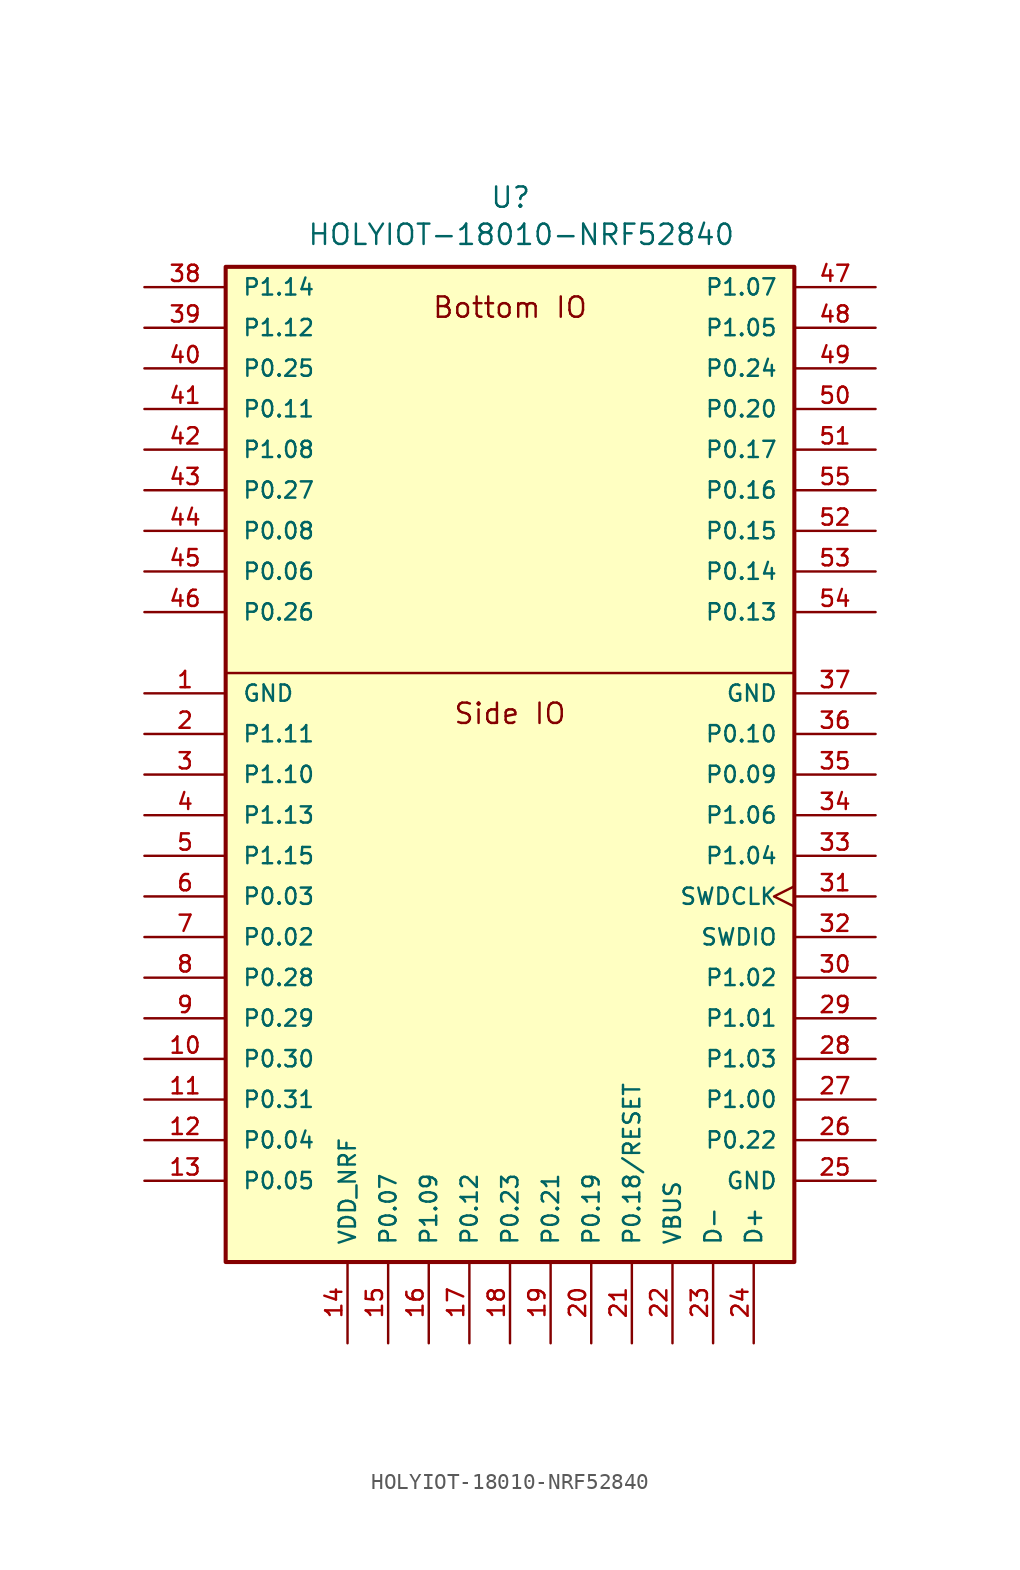
<source format=kicad_sym>
(kicad_symbol_lib
  (version 20220914)
  (generator kicad_symbol_editor)
  (symbol "HOLYIOT-18010-NRF52840"
    (pin_names
      (offset 1.016))
    (property "Reference" "U"
      (at -1.27 39.37 0)
      (effects (font (size 1.27 1.27)) (justify left top)))
    (property "Value" "HOLYIOT-18010-NRF52840"
      (at -12.7 35.56 0)
      (effects (font (size 1.27 1.27)) (justify left bottom)))
    (symbol "HOLYIOT-18010-NRF52840_0_0"
      (rectangle (start -17.78 34.29) (end 17.78 -27.94) (stroke (width 0.254) (type default)) (fill (type background)))
      (pin power_in line (at -22.86 7.62 0) (length 5.08) (name "GND" (effects (font (size 1.016 1.016)))) (number "1" (effects (font (size 1.016 1.016)))))
      (pin bidirectional line (at -22.86 -15.24 0) (length 5.08) (name "P0.30" (effects (font (size 1.016 1.016)))) (number "10" (effects (font (size 1.016 1.016)))))
      (pin bidirectional line (at -22.86 -17.78 0) (length 5.08) (name "P0.31" (effects (font (size 1.016 1.016)))) (number "11" (effects (font (size 1.016 1.016)))))
      (pin bidirectional line (at -22.86 -20.32 0) (length 5.08) (name "P0.04" (effects (font (size 1.016 1.016)))) (number "12" (effects (font (size 1.016 1.016)))))
      (pin bidirectional line (at -22.86 -22.86 0) (length 5.08) (name "P0.05" (effects (font (size 1.016 1.016)))) (number "13" (effects (font (size 1.016 1.016)))))
      (pin power_in line (at -10.16 -33.02 90) (length 5.08) (name "VDD_NRF" (effects (font (size 1.016 1.016)))) (number "14" (effects (font (size 1.016 1.016)))))
      (pin bidirectional line (at -7.62 -33.02 90) (length 5.08) (name "P0.07" (effects (font (size 1.016 1.016)))) (number "15" (effects (font (size 1.016 1.016)))))
      (pin bidirectional line (at -5.08 -33.02 90) (length 5.08) (name "P1.09" (effects (font (size 1.016 1.016)))) (number "16" (effects (font (size 1.016 1.016)))))
      (pin bidirectional line (at -2.54 -33.02 90) (length 5.08) (name "P0.12" (effects (font (size 1.016 1.016)))) (number "17" (effects (font (size 1.016 1.016)))))
      (pin bidirectional line (at 0 -33.02 90) (length 5.08) (name "P0.23" (effects (font (size 1.016 1.016)))) (number "18" (effects (font (size 1.016 1.016)))))
      (pin bidirectional line (at 2.54 -33.02 90) (length 5.08) (name "P0.21" (effects (font (size 1.016 1.016)))) (number "19" (effects (font (size 1.016 1.016)))))
      (pin bidirectional line (at -22.86 5.08 0) (length 5.08) (name "P1.11" (effects (font (size 1.016 1.016)))) (number "2" (effects (font (size 1.016 1.016)))))
      (pin bidirectional line (at 5.08 -33.02 90) (length 5.08) (name "P0.19" (effects (font (size 1.016 1.016)))) (number "20" (effects (font (size 1.016 1.016)))))
      (pin power_in line (at 10.16 -33.02 90) (length 5.08) (name "VBUS" (effects (font (size 1.016 1.016)))) (number "22" (effects (font (size 1.016 1.016)))))
      (pin bidirectional line (at 12.7 -33.02 90) (length 5.08) (name "D-" (effects (font (size 1.016 1.016)))) (number "23" (effects (font (size 1.016 1.016)))))
      (pin bidirectional line (at 15.24 -33.02 90) (length 5.08) (name "D+" (effects (font (size 1.016 1.016)))) (number "24" (effects (font (size 1.016 1.016)))))
      (pin power_in line (at 22.86 -22.86 180) (length 5.08) (name "GND" (effects (font (size 1.016 1.016)))) (number "25" (effects (font (size 1.016 1.016)))))
      (pin bidirectional line (at 22.86 -20.32 180) (length 5.08) (name "P0.22" (effects (font (size 1.016 1.016)))) (number "26" (effects (font (size 1.016 1.016)))))
      (pin bidirectional line (at 22.86 -17.78 180) (length 5.08) (name "P1.00" (effects (font (size 1.016 1.016)))) (number "27" (effects (font (size 1.016 1.016)))))
      (pin bidirectional line (at 22.86 -15.24 180) (length 5.08) (name "P1.03" (effects (font (size 1.016 1.016)))) (number "28" (effects (font (size 1.016 1.016)))))
      (pin bidirectional line (at 22.86 -12.7 180) (length 5.08) (name "P1.01" (effects (font (size 1.016 1.016)))) (number "29" (effects (font (size 1.016 1.016)))))
      (pin bidirectional line (at -22.86 2.54 0) (length 5.08) (name "P1.10" (effects (font (size 1.016 1.016)))) (number "3" (effects (font (size 1.016 1.016)))))
      (pin bidirectional line (at 22.86 -10.16 180) (length 5.08) (name "P1.02" (effects (font (size 1.016 1.016)))) (number "30" (effects (font (size 1.016 1.016)))))
      (pin input clock (at 22.86 -5.08 180) (length 5.08) (name "SWDCLK" (effects (font (size 1.016 1.016)))) (number "31" (effects (font (size 1.016 1.016)))))
      (pin input line (at 22.86 -7.62 180) (length 5.08) (name "SWDIO" (effects (font (size 1.016 1.016)))) (number "32" (effects (font (size 1.016 1.016)))))
      (pin bidirectional line (at 22.86 -2.54 180) (length 5.08) (name "P1.04" (effects (font (size 1.016 1.016)))) (number "33" (effects (font (size 1.016 1.016)))))
      (pin bidirectional line (at 22.86 0 180) (length 5.08) (name "P1.06" (effects (font (size 1.016 1.016)))) (number "34" (effects (font (size 1.016 1.016)))))
      (pin bidirectional line (at 22.86 2.54 180) (length 5.08) (name "P0.09" (effects (font (size 1.016 1.016)))) (number "35" (effects (font (size 1.016 1.016)))))
      (pin bidirectional line (at 22.86 5.08 180) (length 5.08) (name "P0.10" (effects (font (size 1.016 1.016)))) (number "36" (effects (font (size 1.016 1.016)))))
      (pin power_in line (at 22.86 7.62 180) (length 5.08) (name "GND" (effects (font (size 1.016 1.016)))) (number "37" (effects (font (size 1.016 1.016)))))
      (pin bidirectional line (at -22.86 33.02 0) (length 5.08) (name "P1.14" (effects (font (size 1.016 1.016)))) (number "38" (effects (font (size 1.016 1.016)))))
      (pin bidirectional line (at -22.86 30.48 0) (length 5.08) (name "P1.12" (effects (font (size 1.016 1.016)))) (number "39" (effects (font (size 1.016 1.016)))))
      (pin bidirectional line (at -22.86 0 0) (length 5.08) (name "P1.13" (effects (font (size 1.016 1.016)))) (number "4" (effects (font (size 1.016 1.016)))))
      (pin bidirectional line (at -22.86 27.94 0) (length 5.08) (name "P0.25" (effects (font (size 1.016 1.016)))) (number "40" (effects (font (size 1.016 1.016)))))
      (pin bidirectional line (at -22.86 25.4 0) (length 5.08) (name "P0.11" (effects (font (size 1.016 1.016)))) (number "41" (effects (font (size 1.016 1.016)))))
      (pin bidirectional line (at -22.86 22.86 0) (length 5.08) (name "P1.08" (effects (font (size 1.016 1.016)))) (number "42" (effects (font (size 1.016 1.016)))))
      (pin bidirectional line (at -22.86 20.32 0) (length 5.08) (name "P0.27" (effects (font (size 1.016 1.016)))) (number "43" (effects (font (size 1.016 1.016)))))
      (pin bidirectional line (at -22.86 17.78 0) (length 5.08) (name "P0.08" (effects (font (size 1.016 1.016)))) (number "44" (effects (font (size 1.016 1.016)))))
      (pin bidirectional line (at -22.86 15.24 0) (length 5.08) (name "P0.06" (effects (font (size 1.016 1.016)))) (number "45" (effects (font (size 1.016 1.016)))))
      (pin bidirectional line (at -22.86 12.7 0) (length 5.08) (name "P0.26" (effects (font (size 1.016 1.016)))) (number "46" (effects (font (size 1.016 1.016)))))
      (pin bidirectional line (at 22.86 33.02 180) (length 5.08) (name "P1.07" (effects (font (size 1.016 1.016)))) (number "47" (effects (font (size 1.016 1.016)))))
      (pin bidirectional line (at 22.86 30.48 180) (length 5.08) (name "P1.05" (effects (font (size 1.016 1.016)))) (number "48" (effects (font (size 1.016 1.016)))))
      (pin bidirectional line (at 22.86 27.94 180) (length 5.08) (name "P0.24" (effects (font (size 1.016 1.016)))) (number "49" (effects (font (size 1.016 1.016)))))
      (pin bidirectional line (at -22.86 -2.54 0) (length 5.08) (name "P1.15" (effects (font (size 1.016 1.016)))) (number "5" (effects (font (size 1.016 1.016)))))
      (pin bidirectional line (at 22.86 25.4 180) (length 5.08) (name "P0.20" (effects (font (size 1.016 1.016)))) (number "50" (effects (font (size 1.016 1.016)))))
      (pin bidirectional line (at 22.86 22.86 180) (length 5.08) (name "P0.17" (effects (font (size 1.016 1.016)))) (number "51" (effects (font (size 1.016 1.016)))))
      (pin bidirectional line (at 22.86 17.78 180) (length 5.08) (name "P0.15" (effects (font (size 1.016 1.016)))) (number "52" (effects (font (size 1.016 1.016)))))
      (pin bidirectional line (at 22.86 15.24 180) (length 5.08) (name "P0.14" (effects (font (size 1.016 1.016)))) (number "53" (effects (font (size 1.016 1.016)))))
      (pin bidirectional line (at 22.86 12.7 180) (length 5.08) (name "P0.13" (effects (font (size 1.016 1.016)))) (number "54" (effects (font (size 1.016 1.016)))))
      (pin bidirectional line (at 22.86 20.32 180) (length 5.08) (name "P0.16" (effects (font (size 1.016 1.016)))) (number "55" (effects (font (size 1.016 1.016)))))
      (pin bidirectional line (at -22.86 -5.08 0) (length 5.08) (name "P0.03" (effects (font (size 1.016 1.016)))) (number "6" (effects (font (size 1.016 1.016)))))
      (pin bidirectional line (at -22.86 -7.62 0) (length 5.08) (name "P0.02" (effects (font (size 1.016 1.016)))) (number "7" (effects (font (size 1.016 1.016)))))
      (pin bidirectional line (at -22.86 -10.16 0) (length 5.08) (name "P0.28" (effects (font (size 1.016 1.016)))) (number "8" (effects (font (size 1.016 1.016)))))
      (pin bidirectional line (at -22.86 -12.7 0) (length 5.08) (name "P0.29" (effects (font (size 1.016 1.016)))) (number "9" (effects (font (size 1.016 1.016))))))
    (symbol "HOLYIOT-18010-NRF52840_0_1"
      (polyline (pts (xy 17.78 8.89) (xy -17.78 8.89)) (stroke (width 0) (type default)) (fill (type none))))
    (symbol "HOLYIOT-18010-NRF52840_1_0"
      (pin bidirectional line (at 7.62 -33.02 90) (length 5.08) (name "P0.18/RESET" (effects (font (size 1.016 1.016)))) (number "21" (effects (font (size 1.016 1.016))))))
    (symbol "HOLYIOT-18010-NRF52840_1_1"
      (text "Bottom IO\n" (at 0 31.75 0) (effects (font (size 1.27 1.27))))
      (text "Side IO\n" (at 0 6.35 0) (effects (font (size 1.27 1.27)))))))
</source>
